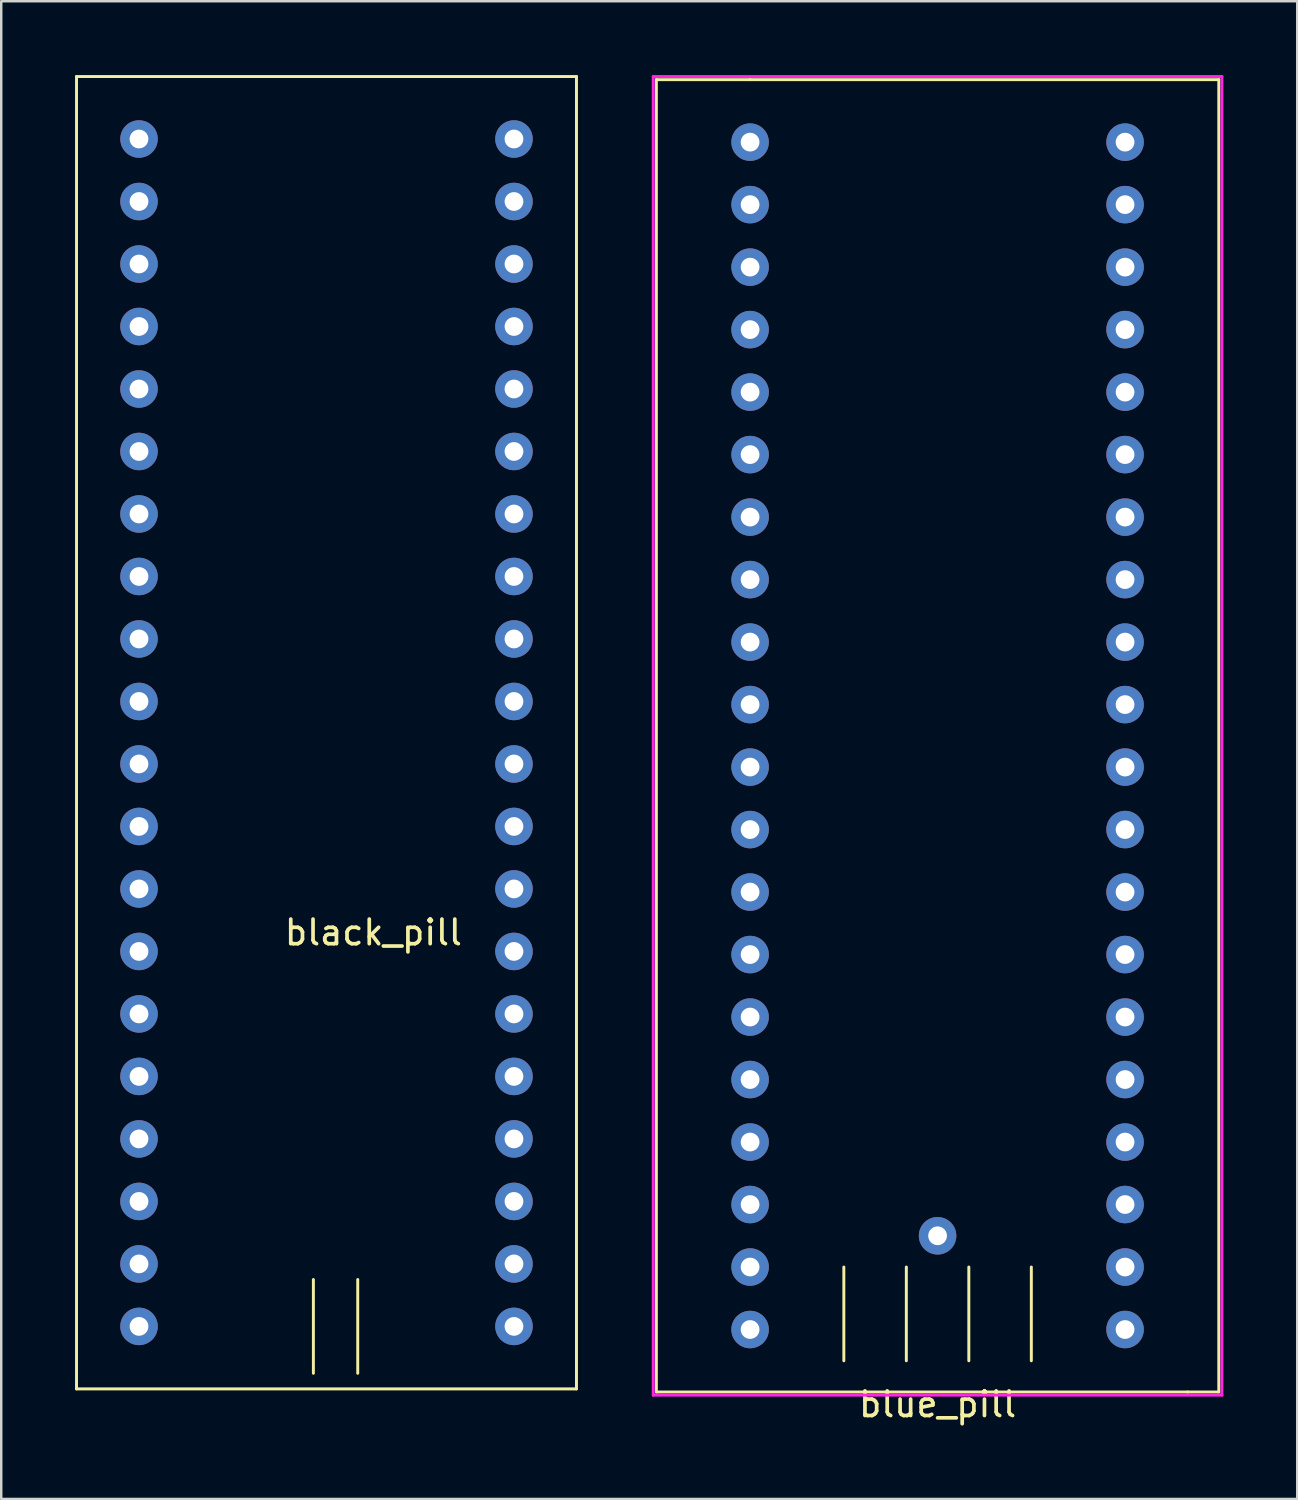
<source format=kicad_pcb>
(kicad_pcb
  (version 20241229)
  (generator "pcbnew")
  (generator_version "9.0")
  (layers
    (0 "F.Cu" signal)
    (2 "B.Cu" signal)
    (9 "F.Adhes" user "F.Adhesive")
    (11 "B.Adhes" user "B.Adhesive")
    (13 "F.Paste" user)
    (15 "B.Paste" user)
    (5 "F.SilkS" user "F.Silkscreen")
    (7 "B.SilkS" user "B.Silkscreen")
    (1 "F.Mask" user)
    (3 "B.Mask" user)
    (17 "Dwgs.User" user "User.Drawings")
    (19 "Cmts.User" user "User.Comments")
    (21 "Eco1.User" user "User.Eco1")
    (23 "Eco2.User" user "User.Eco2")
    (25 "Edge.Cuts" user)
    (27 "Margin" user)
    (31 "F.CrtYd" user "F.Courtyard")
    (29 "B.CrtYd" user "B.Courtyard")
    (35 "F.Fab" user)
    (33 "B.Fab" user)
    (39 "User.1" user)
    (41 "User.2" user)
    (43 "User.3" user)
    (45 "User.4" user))
  (footprint "black_pill"
    (layer "F.Cu")
    (at 10.22 33.08)
    (property "Reference" "black_pill" (at 1.905 1.77 0) (layer "F.SilkS") (effects (font (size 1 1) (thickness 0.15))))
    (attr through_hole)
    (fp_line (start -10.16 -33.02) (end -10.16 20.32) (stroke (width 0.12) (type solid)) (layer "F.SilkS"))
    (fp_line (start -10.16 20.32) (end 10.16 20.32) (stroke (width 0.12) (type solid)) (layer "F.SilkS"))
    (fp_line (start -0.533 15.875) (end -0.533 19.685) (stroke (width 0.12) (type solid)) (layer "F.SilkS"))
    (fp_line (start 1.27 15.875) (end 1.27 19.685) (stroke (width 0.12) (type solid)) (layer "F.SilkS"))
    (fp_line (start 10.16 -33.02) (end -10.16 -33.02) (stroke (width 0.12) (type solid)) (layer "F.SilkS"))
    (fp_line (start 10.16 20.32) (end 10.16 -33.02) (stroke (width 0.12) (type solid)) (layer "F.SilkS"))
    (pad "1" thru_hole circle (at -7.62 17.78) (size 1.524 1.524) (drill 0.762) (layers "*.Cu" "*.Mask"))
    (pad "2" thru_hole circle (at -7.62 15.24) (size 1.524 1.524) (drill 0.762) (layers "*.Cu" "*.Mask"))
    (pad "3" thru_hole circle (at -7.62 12.7) (size 1.524 1.524) (drill 0.762) (layers "*.Cu" "*.Mask"))
    (pad "4" thru_hole circle (at -7.62 10.16) (size 1.524 1.524) (drill 0.762) (layers "*.Cu" "*.Mask"))
    (pad "5" thru_hole circle (at -7.62 7.62) (size 1.524 1.524) (drill 0.762) (layers "*.Cu" "*.Mask"))
    (pad "6" thru_hole circle (at -7.62 5.08) (size 1.524 1.524) (drill 0.762) (layers "*.Cu" "*.Mask"))
    (pad "7" thru_hole circle (at -7.62 2.54) (size 1.524 1.524) (drill 0.762) (layers "*.Cu" "*.Mask"))
    (pad "8" thru_hole circle (at -7.62 0) (size 1.524 1.524) (drill 0.762) (layers "*.Cu" "*.Mask"))
    (pad "9" thru_hole circle (at -7.62 -2.54) (size 1.524 1.524) (drill 0.762) (layers "*.Cu" "*.Mask"))
    (pad "10" thru_hole circle (at -7.62 -5.08) (size 1.524 1.524) (drill 0.762) (layers "*.Cu" "*.Mask"))
    (pad "11" thru_hole circle (at -7.62 -7.62) (size 1.524 1.524) (drill 0.762) (layers "*.Cu" "*.Mask"))
    (pad "12" thru_hole circle (at -7.62 -10.16) (size 1.524 1.524) (drill 0.762) (layers "*.Cu" "*.Mask"))
    (pad "13" thru_hole circle (at -7.62 -12.7) (size 1.524 1.524) (drill 0.762) (layers "*.Cu" "*.Mask"))
    (pad "14" thru_hole circle (at -7.62 -15.24) (size 1.524 1.524) (drill 0.762) (layers "*.Cu" "*.Mask"))
    (pad "15" thru_hole circle (at -7.62 -17.78) (size 1.524 1.524) (drill 0.762) (layers "*.Cu" "*.Mask"))
    (pad "16" thru_hole circle (at -7.62 -20.32) (size 1.524 1.524) (drill 0.762) (layers "*.Cu" "*.Mask"))
    (pad "17" thru_hole circle (at -7.62 -22.86) (size 1.524 1.524) (drill 0.762) (layers "*.Cu" "*.Mask"))
    (pad "18" thru_hole circle (at -7.62 -25.4) (size 1.524 1.524) (drill 0.762) (layers "*.Cu" "*.Mask"))
    (pad "19" thru_hole circle (at -7.62 -27.94) (size 1.524 1.524) (drill 0.762) (layers "*.Cu" "*.Mask"))
    (pad "20" thru_hole circle (at -7.62 -30.48) (size 1.524 1.524) (drill 0.762) (layers "*.Cu" "*.Mask"))
    (pad "21" thru_hole circle (at 7.62 -30.48) (size 1.524 1.524) (drill 0.762) (layers "*.Cu" "*.Mask"))
    (pad "22" thru_hole circle (at 7.62 -27.94) (size 1.524 1.524) (drill 0.762) (layers "*.Cu" "*.Mask"))
    (pad "23" thru_hole circle (at 7.62 -25.4) (size 1.524 1.524) (drill 0.762) (layers "*.Cu" "*.Mask"))
    (pad "24" thru_hole circle (at 7.62 -22.86) (size 1.524 1.524) (drill 0.762) (layers "*.Cu" "*.Mask"))
    (pad "25" thru_hole circle (at 7.62 -20.32) (size 1.524 1.524) (drill 0.762) (layers "*.Cu" "*.Mask"))
    (pad "26" thru_hole circle (at 7.62 -17.78) (size 1.524 1.524) (drill 0.762) (layers "*.Cu" "*.Mask"))
    (pad "27" thru_hole circle (at 7.62 -15.24) (size 1.524 1.524) (drill 0.762) (layers "*.Cu" "*.Mask"))
    (pad "28" thru_hole circle (at 7.62 -12.7) (size 1.524 1.524) (drill 0.762) (layers "*.Cu" "*.Mask"))
    (pad "29" thru_hole circle (at 7.62 -10.16) (size 1.524 1.524) (drill 0.762) (layers "*.Cu" "*.Mask"))
    (pad "30" thru_hole circle (at 7.62 -7.62) (size 1.524 1.524) (drill 0.762) (layers "*.Cu" "*.Mask"))
    (pad "31" thru_hole circle (at 7.62 -5.08) (size 1.524 1.524) (drill 0.762) (layers "*.Cu" "*.Mask"))
    (pad "32" thru_hole circle (at 7.62 -2.54) (size 1.524 1.524) (drill 0.762) (layers "*.Cu" "*.Mask"))
    (pad "33" thru_hole circle (at 7.62 0) (size 1.524 1.524) (drill 0.762) (layers "*.Cu" "*.Mask"))
    (pad "34" thru_hole circle (at 7.62 2.54) (size 1.524 1.524) (drill 0.762) (layers "*.Cu" "*.Mask"))
    (pad "35" thru_hole circle (at 7.62 5.08) (size 1.524 1.524) (drill 0.762) (layers "*.Cu" "*.Mask"))
    (pad "36" thru_hole circle (at 7.62 7.62) (size 1.524 1.524) (drill 0.762) (layers "*.Cu" "*.Mask"))
    (pad "37" thru_hole circle (at 7.62 10.16) (size 1.524 1.524) (drill 0.762) (layers "*.Cu" "*.Mask"))
    (pad "38" thru_hole circle (at 7.62 12.7) (size 1.524 1.524) (drill 0.762) (layers "*.Cu" "*.Mask"))
    (pad "39" thru_hole circle (at 7.62 15.24) (size 1.524 1.524) (drill 0.762) (layers "*.Cu" "*.Mask"))
    (pad "40" thru_hole circle (at 7.62 17.78) (size 1.524 1.524) (drill 0.762) (layers "*.Cu" "*.Mask")))
  (footprint "blue_pill"
    (layer "F.Cu")
    (at 35.057 53.527)
    (property "Reference" "blue_pill" (at 0 0.5 0) (layer "F.SilkS") (effects (font (size 1 1) (thickness 0.15))))
    (attr through_hole)
    (fp_line (start -11.43 -53.34) (end -11.43 0) (stroke (width 0.12) (type solid)) (layer "F.SilkS"))
    (fp_line (start -11.43 0) (end 10.16 0) (stroke (width 0.12) (type solid)) (layer "F.SilkS"))
    (fp_line (start -7.62 -53.34) (end -11.43 -53.34) (stroke (width 0.12) (type solid)) (layer "F.SilkS"))
    (fp_line (start -3.81 -5.08) (end -3.81 -1.27) (stroke (width 0.12) (type solid)) (layer "F.SilkS"))
    (fp_line (start -1.27 -5.08) (end -1.27 -1.27) (stroke (width 0.12) (type solid)) (layer "F.SilkS"))
    (fp_line (start 1.27 -5.08) (end 1.27 -1.27) (stroke (width 0.12) (type solid)) (layer "F.SilkS"))
    (fp_line (start 3.81 -5.08) (end 3.81 -1.27) (stroke (width 0.12) (type solid)) (layer "F.SilkS"))
    (fp_line (start 10.16 0) (end 11.43 0) (stroke (width 0.12) (type solid)) (layer "F.SilkS"))
    (fp_line (start 11.43 -53.34) (end -7.62 -53.34) (stroke (width 0.12) (type solid)) (layer "F.SilkS"))
    (fp_line (start 11.43 0) (end 11.43 -53.34) (stroke (width 0.12) (type solid)) (layer "F.SilkS"))
    (fp_line (start -11.557 -53.467) (end -11.557 0.127) (stroke (width 0.12) (type solid)) (layer "F.CrtYd"))
    (fp_line (start -11.557 0.127) (end 11.557 0.127) (stroke (width 0.12) (type solid)) (layer "F.CrtYd"))
    (fp_line (start 11.557 -53.467) (end -11.557 -53.467) (stroke (width 0.12) (type solid)) (layer "F.CrtYd"))
    (fp_line (start 11.557 0.127) (end 11.557 -53.467) (stroke (width 0.12) (type solid)) (layer "F.CrtYd"))
    (pad "1" thru_hole circle (at -7.62 -2.54) (size 1.524 1.524) (drill 0.762) (layers "*.Cu" "*.Mask"))
    (pad "2" thru_hole circle (at -7.62 -5.08) (size 1.524 1.524) (drill 0.762) (layers "*.Cu" "*.Mask"))
    (pad "3" thru_hole circle (at -7.62 -7.62) (size 1.524 1.524) (drill 0.762) (layers "*.Cu" "*.Mask"))
    (pad "4" thru_hole circle (at -7.62 -10.16) (size 1.524 1.524) (drill 0.762) (layers "*.Cu" "*.Mask"))
    (pad "5" thru_hole circle (at -7.62 -12.7) (size 1.524 1.524) (drill 0.762) (layers "*.Cu" "*.Mask"))
    (pad "6" thru_hole circle (at -7.62 -15.24) (size 1.524 1.524) (drill 0.762) (layers "*.Cu" "*.Mask"))
    (pad "7" thru_hole circle (at -7.62 -17.78) (size 1.524 1.524) (drill 0.762) (layers "*.Cu" "*.Mask"))
    (pad "8" thru_hole circle (at -7.62 -20.32) (size 1.524 1.524) (drill 0.762) (layers "*.Cu" "*.Mask"))
    (pad "9" thru_hole circle (at -7.62 -22.86) (size 1.524 1.524) (drill 0.762) (layers "*.Cu" "*.Mask"))
    (pad "10" thru_hole circle (at -7.62 -25.4) (size 1.524 1.524) (drill 0.762) (layers "*.Cu" "*.Mask"))
    (pad "11" thru_hole circle (at -7.62 -27.94) (size 1.524 1.524) (drill 0.762) (layers "*.Cu" "*.Mask"))
    (pad "12" thru_hole circle (at -7.62 -30.48) (size 1.524 1.524) (drill 0.762) (layers "*.Cu" "*.Mask"))
    (pad "13" thru_hole circle (at -7.62 -33.02) (size 1.524 1.524) (drill 0.762) (layers "*.Cu" "*.Mask"))
    (pad "14" thru_hole circle (at -7.62 -35.56) (size 1.524 1.524) (drill 0.762) (layers "*.Cu" "*.Mask"))
    (pad "15" thru_hole circle (at -7.62 -38.1) (size 1.524 1.524) (drill 0.762) (layers "*.Cu" "*.Mask"))
    (pad "16" thru_hole circle (at -7.62 -40.64) (size 1.524 1.524) (drill 0.762) (layers "*.Cu" "*.Mask"))
    (pad "17" thru_hole circle (at -7.62 -43.18) (size 1.524 1.524) (drill 0.762) (layers "*.Cu" "*.Mask"))
    (pad "18" thru_hole circle (at -7.62 -45.72) (size 1.524 1.524) (drill 0.762) (layers "*.Cu" "*.Mask"))
    (pad "19" thru_hole circle (at -7.62 -48.26) (size 1.524 1.524) (drill 0.762) (layers "*.Cu" "*.Mask"))
    (pad "20" thru_hole circle (at -7.62 -50.8) (size 1.524 1.524) (drill 0.762) (layers "*.Cu" "*.Mask"))
    (pad "21" thru_hole circle (at 7.62 -50.8) (size 1.524 1.524) (drill 0.762) (layers "*.Cu" "*.Mask"))
    (pad "22" thru_hole circle (at 7.62 -48.26) (size 1.524 1.524) (drill 0.762) (layers "*.Cu" "*.Mask"))
    (pad "23" thru_hole circle (at 7.62 -45.72) (size 1.524 1.524) (drill 0.762) (layers "*.Cu" "*.Mask"))
    (pad "24" thru_hole circle (at 7.62 -43.18) (size 1.524 1.524) (drill 0.762) (layers "*.Cu" "*.Mask"))
    (pad "25" thru_hole circle (at 7.62 -40.64) (size 1.524 1.524) (drill 0.762) (layers "*.Cu" "*.Mask"))
    (pad "26" thru_hole circle (at 7.62 -38.1) (size 1.524 1.524) (drill 0.762) (layers "*.Cu" "*.Mask"))
    (pad "27" thru_hole circle (at 7.62 -35.56) (size 1.524 1.524) (drill 0.762) (layers "*.Cu" "*.Mask"))
    (pad "28" thru_hole circle (at 7.62 -33.02) (size 1.524 1.524) (drill 0.762) (layers "*.Cu" "*.Mask"))
    (pad "29" thru_hole circle (at 7.62 -30.48) (size 1.524 1.524) (drill 0.762) (layers "*.Cu" "*.Mask"))
    (pad "30" thru_hole circle (at 7.62 -27.94) (size 1.524 1.524) (drill 0.762) (layers "*.Cu" "*.Mask"))
    (pad "31" thru_hole circle (at 7.62 -25.4) (size 1.524 1.524) (drill 0.762) (layers "*.Cu" "*.Mask"))
    (pad "32" thru_hole circle (at 7.62 -22.86) (size 1.524 1.524) (drill 0.762) (layers "*.Cu" "*.Mask"))
    (pad "33" thru_hole circle (at 7.62 -20.32) (size 1.524 1.524) (drill 0.762) (layers "*.Cu" "*.Mask"))
    (pad "34" thru_hole circle (at 7.62 -17.78) (size 1.524 1.524) (drill 0.762) (layers "*.Cu" "*.Mask"))
    (pad "35" thru_hole circle (at 7.62 -15.24) (size 1.524 1.524) (drill 0.762) (layers "*.Cu" "*.Mask"))
    (pad "36" thru_hole circle (at 7.62 -12.7) (size 1.524 1.524) (drill 0.762) (layers "*.Cu" "*.Mask"))
    (pad "37" thru_hole circle (at 7.62 -10.16) (size 1.524 1.524) (drill 0.762) (layers "*.Cu" "*.Mask"))
    (pad "38" thru_hole circle (at 7.62 -7.62) (size 1.524 1.524) (drill 0.762) (layers "*.Cu" "*.Mask"))
    (pad "39" thru_hole circle (at 7.62 -5.08) (size 1.524 1.524) (drill 0.762) (layers "*.Cu" "*.Mask"))
    (pad "40" thru_hole circle (at 7.62 -2.54) (size 1.524 1.524) (drill 0.762) (layers "*.Cu" "*.Mask"))
    (pad "45" thru_hole circle (at 0 -6.35) (size 1.524 1.524) (drill 0.762) (layers "*.Cu" "*.Mask")))
  (gr_rect
    (start -3 -3)
    (end 49.674 57.875)
    (stroke (width 0.1) (type default))
    (fill no)
    (layer "Edge.Cuts")))
</source>
